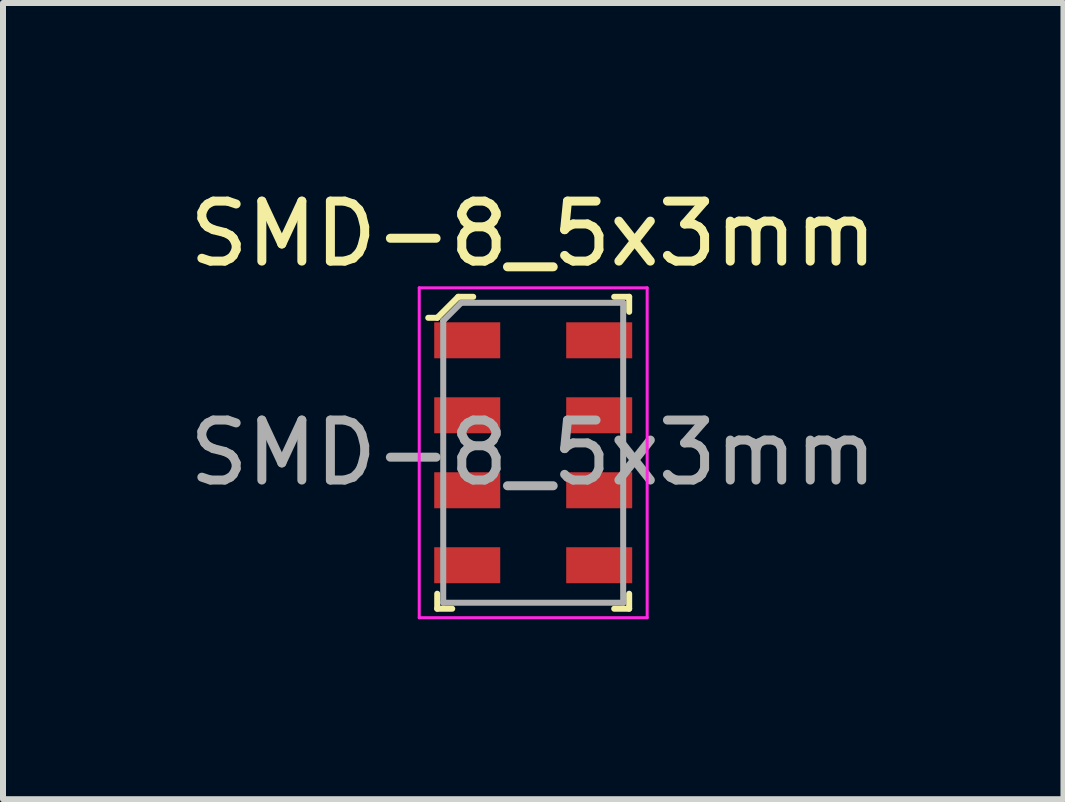
<source format=kicad_pcb>
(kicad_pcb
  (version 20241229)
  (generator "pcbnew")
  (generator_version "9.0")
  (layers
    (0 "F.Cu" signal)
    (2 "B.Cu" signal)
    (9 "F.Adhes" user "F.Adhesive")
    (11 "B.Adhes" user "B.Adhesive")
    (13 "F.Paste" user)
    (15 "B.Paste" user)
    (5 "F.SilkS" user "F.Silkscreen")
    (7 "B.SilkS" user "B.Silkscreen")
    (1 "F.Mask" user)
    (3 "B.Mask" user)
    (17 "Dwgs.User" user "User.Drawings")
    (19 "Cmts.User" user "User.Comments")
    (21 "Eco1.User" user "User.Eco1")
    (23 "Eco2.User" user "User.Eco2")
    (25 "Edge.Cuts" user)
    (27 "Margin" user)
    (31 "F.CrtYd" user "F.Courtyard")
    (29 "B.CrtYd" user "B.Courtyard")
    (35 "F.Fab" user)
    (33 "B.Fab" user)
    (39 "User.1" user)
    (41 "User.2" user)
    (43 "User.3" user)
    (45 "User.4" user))
  (footprint "SMD-8_5x3mm"
    (layer "F.Cu")
    (at 5.839 4.498)
    (property "Reference" "SMD-8_5x3mm" (at 0 -3.65 0) (layer "F.SilkS") (effects (font (size 1 1) (thickness 0.15))))
    (attr smd)
    (fp_line (start -1.75 -2.25) (end -1.6 -2.25) (stroke (width 0.1) (type solid)) (layer "F.SilkS"))
    (fp_line (start -1.6 -2.25) (end -1.25 -2.6) (stroke (width 0.1) (type solid)) (layer "F.SilkS"))
    (fp_line (start -1.6 2.6) (end -1.6 2.35) (stroke (width 0.1) (type solid)) (layer "F.SilkS"))
    (fp_line (start -1.6 2.6) (end -1.35 2.6) (stroke (width 0.1) (type solid)) (layer "F.SilkS"))
    (fp_line (start -1.25 -2.6) (end -1 -2.6) (stroke (width 0.1) (type solid)) (layer "F.SilkS"))
    (fp_line (start 1.6 -2.6) (end 1.35 -2.6) (stroke (width 0.1) (type solid)) (layer "F.SilkS"))
    (fp_line (start 1.6 -2.6) (end 1.6 -2.35) (stroke (width 0.1) (type solid)) (layer "F.SilkS"))
    (fp_line (start 1.6 2.6) (end 1.35 2.6) (stroke (width 0.1) (type solid)) (layer "F.SilkS"))
    (fp_line (start 1.6 2.6) (end 1.6 2.35) (stroke (width 0.1) (type solid)) (layer "F.SilkS"))
    (fp_line (start -1.9 -2.75) (end -1.9 2.75) (stroke (width 0.05) (type solid)) (layer "F.CrtYd"))
    (fp_line (start 1.9 -2.75) (end -1.9 -2.75) (stroke (width 0.05) (type solid)) (layer "F.CrtYd"))
    (fp_line (start 1.9 -2.75) (end 1.9 2.75) (stroke (width 0.05) (type solid)) (layer "F.CrtYd"))
    (fp_line (start 1.9 2.75) (end -1.9 2.75) (stroke (width 0.05) (type solid)) (layer "F.CrtYd"))
    (fp_line (start -1.5 -2.2) (end -1.5 2.5) (stroke (width 0.1) (type solid)) (layer "F.Fab"))
    (fp_line (start -1.5 -2.2) (end -1.2 -2.5) (stroke (width 0.1) (type solid)) (layer "F.Fab"))
    (fp_line (start -1.5 2.5) (end 1.5 2.5) (stroke (width 0.1) (type solid)) (layer "F.Fab"))
    (fp_line (start -1.2 -2.5) (end 1.5 -2.5) (stroke (width 0.1) (type solid)) (layer "F.Fab"))
    (fp_line (start 1.5 -2.5) (end 1.5 2.5) (stroke (width 0.1) (type solid)) (layer "F.Fab"))
    (fp_text user "${REFERENCE}" (at 0 0 0) (layer "F.Fab") (effects (font (size 1 1) (thickness 0.15))))
    (pad "1" smd rect (at -1.1 -1.875) (size 1.1 0.6) (layers "F.Cu" "F.Mask" "F.Paste"))
    (pad "2" smd rect (at -1.1 -0.625) (size 1.1 0.6) (layers "F.Cu" "F.Mask" "F.Paste"))
    (pad "3" smd rect (at -1.1 0.625) (size 1.1 0.6) (layers "F.Cu" "F.Mask" "F.Paste"))
    (pad "4" smd rect (at -1.1 1.875) (size 1.1 0.6) (layers "F.Cu" "F.Mask" "F.Paste"))
    (pad "5" smd rect (at 1.1 1.875) (size 1.1 0.6) (layers "F.Cu" "F.Mask" "F.Paste"))
    (pad "6" smd rect (at 1.1 0.625) (size 1.1 0.6) (layers "F.Cu" "F.Mask" "F.Paste"))
    (pad "7" smd rect (at 1.1 -0.625) (size 1.1 0.6) (layers "F.Cu" "F.Mask" "F.Paste"))
    (pad "8" smd rect (at 1.1 -1.875) (size 1.1 0.6) (layers "F.Cu" "F.Mask" "F.Paste")))
  (gr_rect
    (start -3 -3)
    (end 14.679 10.273)
    (stroke (width 0.1) (type default))
    (fill no)
    (layer "Edge.Cuts")))
</source>
